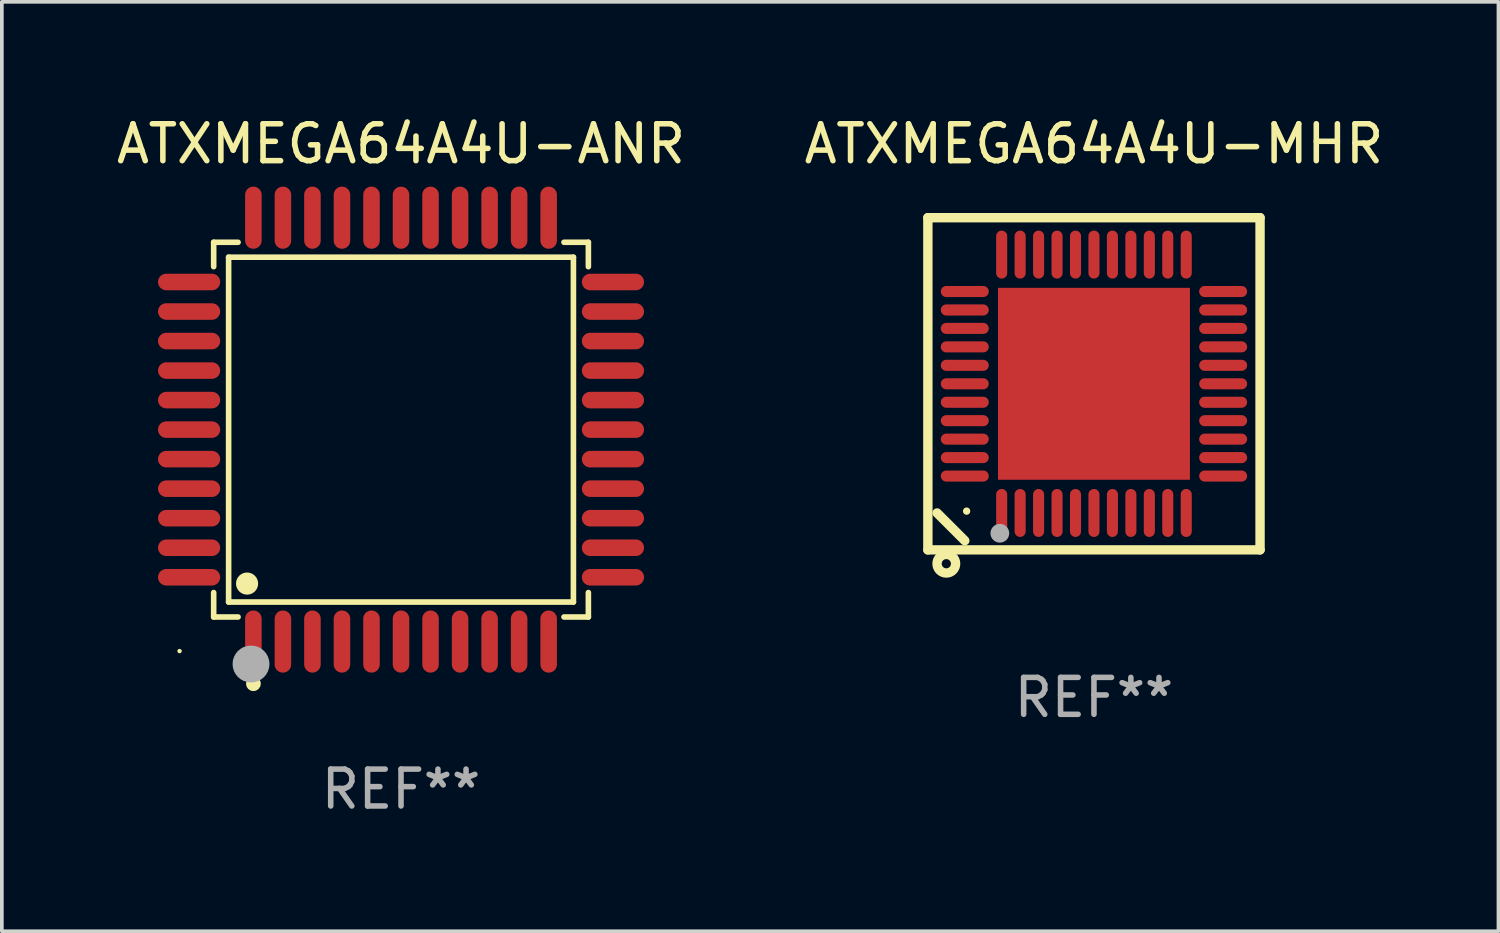
<source format=kicad_pcb>
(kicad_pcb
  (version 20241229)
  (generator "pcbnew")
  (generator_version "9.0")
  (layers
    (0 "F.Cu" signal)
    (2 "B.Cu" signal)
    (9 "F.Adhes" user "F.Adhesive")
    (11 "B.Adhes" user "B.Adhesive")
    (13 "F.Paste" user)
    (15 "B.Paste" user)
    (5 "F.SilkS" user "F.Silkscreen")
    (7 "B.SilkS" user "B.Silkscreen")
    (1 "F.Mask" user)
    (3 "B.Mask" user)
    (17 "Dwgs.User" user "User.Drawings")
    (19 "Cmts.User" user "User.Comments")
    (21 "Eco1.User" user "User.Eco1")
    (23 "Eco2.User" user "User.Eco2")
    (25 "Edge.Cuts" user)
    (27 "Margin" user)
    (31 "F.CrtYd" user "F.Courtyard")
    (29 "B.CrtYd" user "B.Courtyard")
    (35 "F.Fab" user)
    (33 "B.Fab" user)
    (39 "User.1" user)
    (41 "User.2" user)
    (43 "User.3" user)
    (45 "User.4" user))
  (footprint "ATXMEGA64A4U-ANR"
    (layer "F.Cu")
    (at 7.815 8.59)
    (property "Reference" "ATXMEGA64A4U-ANR" (at 0 -7.742 0) (layer "F.SilkS") (effects (font (size 1 1) (thickness 0.15))))
    (attr through_hole)
    (fp_line (start -5.076 -5.076) (end -4.415 -5.076) (stroke (width 0.152) (type solid)) (layer "F.SilkS"))
    (fp_line (start -5.076 -4.415) (end -5.076 -5.076) (stroke (width 0.152) (type solid)) (layer "F.SilkS"))
    (fp_line (start -5.076 4.415) (end -5.076 5.076) (stroke (width 0.152) (type solid)) (layer "F.SilkS"))
    (fp_line (start -5.076 5.076) (end -4.415 5.076) (stroke (width 0.152) (type solid)) (layer "F.SilkS"))
    (fp_line (start -4.671 -4.671) (end 4.671 -4.671) (stroke (width 0.152) (type solid)) (layer "F.SilkS"))
    (fp_line (start -4.671 4.671) (end -4.671 -4.671) (stroke (width 0.152) (type solid)) (layer "F.SilkS"))
    (fp_line (start 4.671 -4.671) (end 4.671 4.671) (stroke (width 0.152) (type solid)) (layer "F.SilkS"))
    (fp_line (start 4.671 4.671) (end -4.671 4.671) (stroke (width 0.152) (type solid)) (layer "F.SilkS"))
    (fp_line (start 5.076 -5.076) (end 4.415 -5.076) (stroke (width 0.152) (type solid)) (layer "F.SilkS"))
    (fp_line (start 5.076 -4.415) (end 5.076 -5.076) (stroke (width 0.152) (type solid)) (layer "F.SilkS"))
    (fp_line (start 5.076 4.415) (end 5.076 5.076) (stroke (width 0.152) (type solid)) (layer "F.SilkS"))
    (fp_line (start 5.076 5.076) (end 4.415 5.076) (stroke (width 0.152) (type solid)) (layer "F.SilkS"))
    (fp_circle (center -6 6) (end -5.97 6) (stroke (width 0.06) (type solid)) (fill no) (layer "F.SilkS"))
    (fp_circle (center -4.171 4.171) (end -4.021 4.171) (stroke (width 0.3) (type solid)) (fill no) (layer "F.SilkS"))
    (fp_circle (center -4 6.884) (end -3.9 6.884) (stroke (width 0.2) (type solid)) (fill no) (layer "F.SilkS"))
    (fp_circle (center -4.064 6.35) (end -3.814 6.35) (stroke (width 0.5) (type solid)) (fill no) (layer "F.Fab"))
    (fp_text user "REF**" (at 0 9.742 0) (layer "F.Fab") (effects (font (size 1 1) (thickness 0.15))))
    (pad "1" smd oval (at -4 5.742) (size 0.448 1.684) (layers "F.Cu" "F.Mask" "F.Paste"))
    (pad "2" smd oval (at -3.2 5.742) (size 0.448 1.684) (layers "F.Cu" "F.Mask" "F.Paste"))
    (pad "3" smd oval (at -2.4 5.742) (size 0.448 1.684) (layers "F.Cu" "F.Mask" "F.Paste"))
    (pad "4" smd oval (at -1.6 5.742) (size 0.448 1.684) (layers "F.Cu" "F.Mask" "F.Paste"))
    (pad "5" smd oval (at -0.8 5.742) (size 0.448 1.684) (layers "F.Cu" "F.Mask" "F.Paste"))
    (pad "6" smd oval (at 0 5.742) (size 0.448 1.684) (layers "F.Cu" "F.Mask" "F.Paste"))
    (pad "7" smd oval (at 0.8 5.742) (size 0.448 1.684) (layers "F.Cu" "F.Mask" "F.Paste"))
    (pad "8" smd oval (at 1.6 5.742) (size 0.448 1.684) (layers "F.Cu" "F.Mask" "F.Paste"))
    (pad "9" smd oval (at 2.4 5.742) (size 0.448 1.684) (layers "F.Cu" "F.Mask" "F.Paste"))
    (pad "10" smd oval (at 3.2 5.742) (size 0.448 1.684) (layers "F.Cu" "F.Mask" "F.Paste"))
    (pad "11" smd oval (at 4 5.742) (size 0.448 1.684) (layers "F.Cu" "F.Mask" "F.Paste"))
    (pad "12" smd oval (at 5.742 4) (size 1.684 0.448) (layers "F.Cu" "F.Mask" "F.Paste"))
    (pad "13" smd oval (at 5.742 3.2) (size 1.684 0.448) (layers "F.Cu" "F.Mask" "F.Paste"))
    (pad "14" smd oval (at 5.742 2.4) (size 1.684 0.448) (layers "F.Cu" "F.Mask" "F.Paste"))
    (pad "15" smd oval (at 5.742 1.6) (size 1.684 0.448) (layers "F.Cu" "F.Mask" "F.Paste"))
    (pad "16" smd oval (at 5.742 0.8) (size 1.684 0.448) (layers "F.Cu" "F.Mask" "F.Paste"))
    (pad "17" smd oval (at 5.742 0) (size 1.684 0.448) (layers "F.Cu" "F.Mask" "F.Paste"))
    (pad "18" smd oval (at 5.742 -0.8) (size 1.684 0.448) (layers "F.Cu" "F.Mask" "F.Paste"))
    (pad "19" smd oval (at 5.742 -1.6) (size 1.684 0.448) (layers "F.Cu" "F.Mask" "F.Paste"))
    (pad "20" smd oval (at 5.742 -2.4) (size 1.684 0.448) (layers "F.Cu" "F.Mask" "F.Paste"))
    (pad "21" smd oval (at 5.742 -3.2) (size 1.684 0.448) (layers "F.Cu" "F.Mask" "F.Paste"))
    (pad "22" smd oval (at 5.742 -4) (size 1.684 0.448) (layers "F.Cu" "F.Mask" "F.Paste"))
    (pad "23" smd oval (at 4 -5.742) (size 0.448 1.684) (layers "F.Cu" "F.Mask" "F.Paste"))
    (pad "24" smd oval (at 3.2 -5.742) (size 0.448 1.684) (layers "F.Cu" "F.Mask" "F.Paste"))
    (pad "25" smd oval (at 2.4 -5.742) (size 0.448 1.684) (layers "F.Cu" "F.Mask" "F.Paste"))
    (pad "26" smd oval (at 1.6 -5.742) (size 0.448 1.684) (layers "F.Cu" "F.Mask" "F.Paste"))
    (pad "27" smd oval (at 0.8 -5.742) (size 0.448 1.684) (layers "F.Cu" "F.Mask" "F.Paste"))
    (pad "28" smd oval (at 0 -5.742) (size 0.448 1.684) (layers "F.Cu" "F.Mask" "F.Paste"))
    (pad "29" smd oval (at -0.8 -5.742) (size 0.448 1.684) (layers "F.Cu" "F.Mask" "F.Paste"))
    (pad "30" smd oval (at -1.6 -5.742) (size 0.448 1.684) (layers "F.Cu" "F.Mask" "F.Paste"))
    (pad "31" smd oval (at -2.4 -5.742) (size 0.448 1.684) (layers "F.Cu" "F.Mask" "F.Paste"))
    (pad "32" smd oval (at -3.2 -5.742) (size 0.448 1.684) (layers "F.Cu" "F.Mask" "F.Paste"))
    (pad "33" smd oval (at -4 -5.742) (size 0.448 1.684) (layers "F.Cu" "F.Mask" "F.Paste"))
    (pad "34" smd oval (at -5.742 -4) (size 1.684 0.448) (layers "F.Cu" "F.Mask" "F.Paste"))
    (pad "35" smd oval (at -5.742 -3.2) (size 1.684 0.448) (layers "F.Cu" "F.Mask" "F.Paste"))
    (pad "36" smd oval (at -5.742 -2.4) (size 1.684 0.448) (layers "F.Cu" "F.Mask" "F.Paste"))
    (pad "37" smd oval (at -5.742 -1.6) (size 1.684 0.448) (layers "F.Cu" "F.Mask" "F.Paste"))
    (pad "38" smd oval (at -5.742 -0.8) (size 1.684 0.448) (layers "F.Cu" "F.Mask" "F.Paste"))
    (pad "39" smd oval (at -5.742 0) (size 1.684 0.448) (layers "F.Cu" "F.Mask" "F.Paste"))
    (pad "40" smd oval (at -5.742 0.8) (size 1.684 0.448) (layers "F.Cu" "F.Mask" "F.Paste"))
    (pad "41" smd oval (at -5.742 1.6) (size 1.684 0.448) (layers "F.Cu" "F.Mask" "F.Paste"))
    (pad "42" smd oval (at -5.742 2.4) (size 1.684 0.448) (layers "F.Cu" "F.Mask" "F.Paste"))
    (pad "43" smd oval (at -5.742 3.2) (size 1.684 0.448) (layers "F.Cu" "F.Mask" "F.Paste"))
    (pad "44" smd oval (at -5.742 4) (size 1.684 0.448) (layers "F.Cu" "F.Mask" "F.Paste")))
  (footprint "ATXMEGA64A4U-MHR"
    (layer "F.Cu")
    (at 26.589 7.348)
    (property "Reference" "ATXMEGA64A4U-MHR" (at 0 -6.5 0) (layer "F.SilkS") (effects (font (size 1 1) (thickness 0.15))))
    (attr through_hole)
    (fp_line (start -4.5 -4.5) (end -4.5 4.5) (stroke (width 0.254) (type solid)) (layer "F.SilkS"))
    (fp_line (start -4.5 4.5) (end 4.5 4.5) (stroke (width 0.254) (type solid)) (layer "F.SilkS"))
    (fp_line (start -3.5 4.25) (end -4.25 3.5) (stroke (width 0.254) (type solid)) (layer "F.SilkS"))
    (fp_line (start 4.5 -4.5) (end -4.5 -4.5) (stroke (width 0.254) (type solid)) (layer "F.SilkS"))
    (fp_line (start 4.5 4.5) (end 4.5 -4.5) (stroke (width 0.254) (type solid)) (layer "F.SilkS"))
    (fp_circle (center -4 4.875) (end -3.875 4.875) (stroke (width 0.254) (type solid)) (fill no) (layer "F.SilkS"))
    (fp_circle (center -3.45 3.45) (end -3.4 3.45) (stroke (width 0.1) (type solid)) (fill no) (layer "F.SilkS"))
    (fp_circle (center -2.55 4.05) (end -2.423 4.05) (stroke (width 0.254) (type solid)) (fill no) (layer "F.Fab"))
    (fp_text user "REF**" (at 0 8.5 0) (layer "F.Fab") (effects (font (size 1 1) (thickness 0.15))))
    (pad "1" smd oval (at -2.5 3.5 90) (size 1.3 0.3) (layers "F.Cu" "F.Mask" "F.Paste"))
    (pad "2" smd oval (at -2 3.5 90) (size 1.3 0.3) (layers "F.Cu" "F.Mask" "F.Paste"))
    (pad "3" smd oval (at -1.5 3.5 90) (size 1.3 0.3) (layers "F.Cu" "F.Mask" "F.Paste"))
    (pad "4" smd oval (at -1 3.5 90) (size 1.3 0.3) (layers "F.Cu" "F.Mask" "F.Paste"))
    (pad "5" smd oval (at -0.5 3.5 90) (size 1.3 0.3) (layers "F.Cu" "F.Mask" "F.Paste"))
    (pad "6" smd oval (at 0.000025 3.5 90) (size 1.3 0.3) (layers "F.Cu" "F.Mask" "F.Paste"))
    (pad "7" smd oval (at 0.5 3.5 90) (size 1.3 0.3) (layers "F.Cu" "F.Mask" "F.Paste"))
    (pad "8" smd oval (at 1 3.5 90) (size 1.3 0.3) (layers "F.Cu" "F.Mask" "F.Paste"))
    (pad "9" smd oval (at 1.5 3.5 90) (size 1.3 0.3) (layers "F.Cu" "F.Mask" "F.Paste"))
    (pad "10" smd oval (at 2 3.5 90) (size 1.3 0.3) (layers "F.Cu" "F.Mask" "F.Paste"))
    (pad "11" smd oval (at 2.5 3.5 90) (size 1.3 0.3) (layers "F.Cu" "F.Mask" "F.Paste"))
    (pad "12" smd oval (at 3.5 2.5 90) (size 0.3 1.3) (layers "F.Cu" "F.Mask" "F.Paste"))
    (pad "13" smd oval (at 3.5 2 90) (size 0.3 1.3) (layers "F.Cu" "F.Mask" "F.Paste"))
    (pad "14" smd oval (at 3.5 1.5 90) (size 0.3 1.3) (layers "F.Cu" "F.Mask" "F.Paste"))
    (pad "15" smd oval (at 3.5 1 90) (size 0.3 1.3) (layers "F.Cu" "F.Mask" "F.Paste"))
    (pad "16" smd oval (at 3.5 0.5 90) (size 0.3 1.3) (layers "F.Cu" "F.Mask" "F.Paste"))
    (pad "17" smd oval (at 3.5 0.000025 90) (size 0.3 1.3) (layers "F.Cu" "F.Mask" "F.Paste"))
    (pad "18" smd oval (at 3.5 -0.5 90) (size 0.3 1.3) (layers "F.Cu" "F.Mask" "F.Paste"))
    (pad "19" smd oval (at 3.5 -1 90) (size 0.3 1.3) (layers "F.Cu" "F.Mask" "F.Paste"))
    (pad "20" smd oval (at 3.5 -1.5 90) (size 0.3 1.3) (layers "F.Cu" "F.Mask" "F.Paste"))
    (pad "21" smd oval (at 3.5 -2 90) (size 0.3 1.3) (layers "F.Cu" "F.Mask" "F.Paste"))
    (pad "22" smd oval (at 3.5 -2.5 90) (size 0.3 1.3) (layers "F.Cu" "F.Mask" "F.Paste"))
    (pad "23" smd oval (at 2.5 -3.5 90) (size 1.3 0.3) (layers "F.Cu" "F.Mask" "F.Paste"))
    (pad "24" smd oval (at 2 -3.5 90) (size 1.3 0.3) (layers "F.Cu" "F.Mask" "F.Paste"))
    (pad "25" smd oval (at 1.5 -3.5 90) (size 1.3 0.3) (layers "F.Cu" "F.Mask" "F.Paste"))
    (pad "26" smd oval (at 1 -3.5 90) (size 1.3 0.3) (layers "F.Cu" "F.Mask" "F.Paste"))
    (pad "27" smd oval (at 0.5 -3.5 90) (size 1.3 0.3) (layers "F.Cu" "F.Mask" "F.Paste"))
    (pad "28" smd oval (at 0.000025 -3.5 90) (size 1.3 0.3) (layers "F.Cu" "F.Mask" "F.Paste"))
    (pad "29" smd oval (at -0.5 -3.5 90) (size 1.3 0.3) (layers "F.Cu" "F.Mask" "F.Paste"))
    (pad "30" smd oval (at -1 -3.5 90) (size 1.3 0.3) (layers "F.Cu" "F.Mask" "F.Paste"))
    (pad "31" smd oval (at -1.5 -3.5 90) (size 1.3 0.3) (layers "F.Cu" "F.Mask" "F.Paste"))
    (pad "32" smd oval (at -2 -3.5 90) (size 1.3 0.3) (layers "F.Cu" "F.Mask" "F.Paste"))
    (pad "33" smd oval (at -2.5 -3.5 90) (size 1.3 0.3) (layers "F.Cu" "F.Mask" "F.Paste"))
    (pad "34" smd oval (at -3.5 -2.5 90) (size 0.3 1.3) (layers "F.Cu" "F.Mask" "F.Paste"))
    (pad "35" smd oval (at -3.5 -2 90) (size 0.3 1.3) (layers "F.Cu" "F.Mask" "F.Paste"))
    (pad "36" smd oval (at -3.5 -1.5 90) (size 0.3 1.3) (layers "F.Cu" "F.Mask" "F.Paste"))
    (pad "37" smd oval (at -3.5 -1 90) (size 0.3 1.3) (layers "F.Cu" "F.Mask" "F.Paste"))
    (pad "38" smd oval (at -3.5 -0.5 90) (size 0.3 1.3) (layers "F.Cu" "F.Mask" "F.Paste"))
    (pad "39" smd oval (at -3.5 0.000025 90) (size 0.3 1.3) (layers "F.Cu" "F.Mask" "F.Paste"))
    (pad "40" smd oval (at -3.5 0.5 90) (size 0.3 1.3) (layers "F.Cu" "F.Mask" "F.Paste"))
    (pad "41" smd oval (at -3.5 1 90) (size 0.3 1.3) (layers "F.Cu" "F.Mask" "F.Paste"))
    (pad "42" smd oval (at -3.5 1.5 90) (size 0.3 1.3) (layers "F.Cu" "F.Mask" "F.Paste"))
    (pad "43" smd oval (at -3.5 2 90) (size 0.3 1.3) (layers "F.Cu" "F.Mask" "F.Paste"))
    (pad "44" smd oval (at -3.5 2.5 90) (size 0.3 1.3) (layers "F.Cu" "F.Mask" "F.Paste"))
    (pad "45" smd rect (at 0.000025 0.000025 90) (size 5.2 5.2) (layers "F.Cu" "F.Mask" "F.Paste")))
  (gr_rect
    (start -3 -3)
    (end 37.548 22.18)
    (stroke (width 0.1) (type default))
    (fill no)
    (layer "Edge.Cuts")))
</source>
